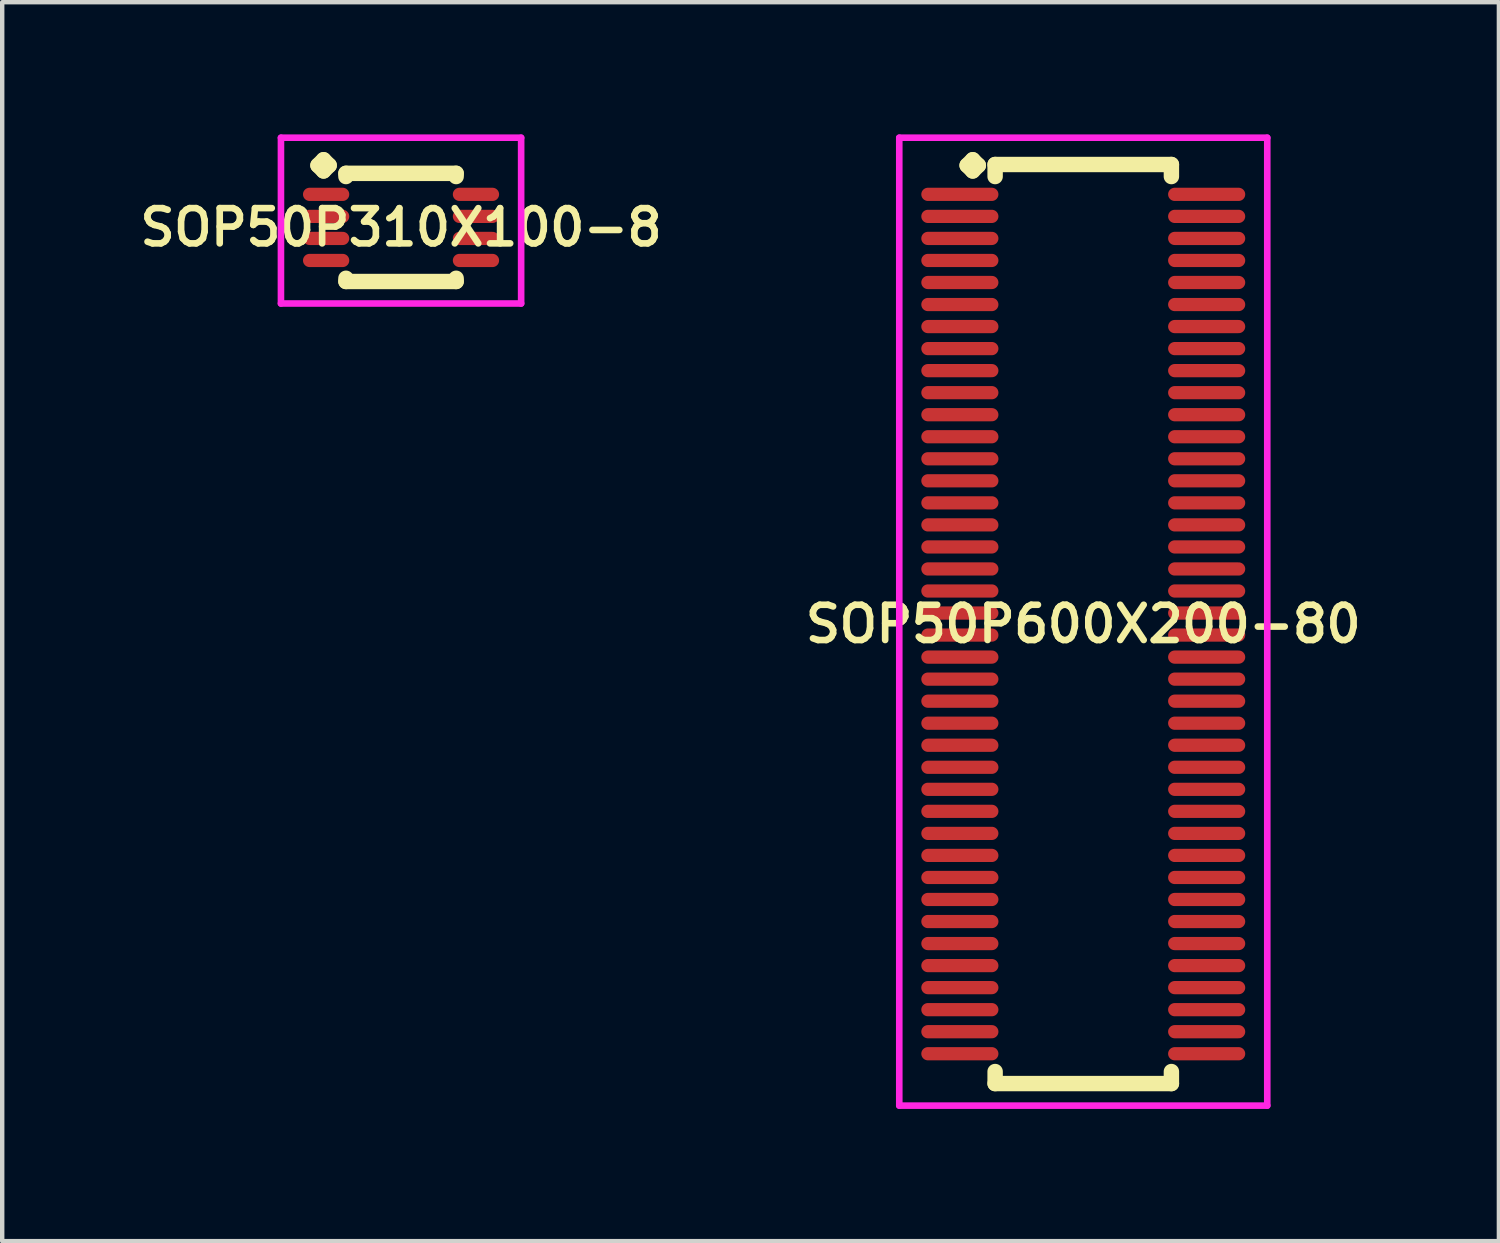
<source format=kicad_pcb>
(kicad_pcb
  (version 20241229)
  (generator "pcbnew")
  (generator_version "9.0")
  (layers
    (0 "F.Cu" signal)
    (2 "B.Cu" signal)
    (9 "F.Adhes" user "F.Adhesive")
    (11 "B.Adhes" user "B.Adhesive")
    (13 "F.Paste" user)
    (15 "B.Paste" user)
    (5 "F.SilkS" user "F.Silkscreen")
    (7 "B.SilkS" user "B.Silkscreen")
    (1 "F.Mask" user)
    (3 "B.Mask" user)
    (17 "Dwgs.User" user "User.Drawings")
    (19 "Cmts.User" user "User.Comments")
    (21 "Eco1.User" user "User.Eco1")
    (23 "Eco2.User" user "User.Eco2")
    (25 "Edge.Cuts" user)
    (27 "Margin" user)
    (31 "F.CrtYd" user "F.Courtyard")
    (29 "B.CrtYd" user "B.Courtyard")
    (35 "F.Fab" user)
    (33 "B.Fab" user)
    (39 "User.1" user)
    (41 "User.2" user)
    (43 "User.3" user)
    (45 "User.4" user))
  (footprint "SOP50P310X100-8"
    (layer "F.Cu")
    (at 6.05 2.11)
    (property "Reference" "SOP50P310X100-8" (at 0 0 0) (layer "F.SilkS") (effects (font (size 0.8 0.8) (thickness 0.15))))
    (attr smd)
    (fp_line (start -1.885 -1.408) (end -1.758 -1.535) (stroke (width 0.35) (type solid)) (layer "F.SilkS"))
    (fp_line (start -1.758 -1.535) (end -1.631 -1.408) (stroke (width 0.35) (type solid)) (layer "F.SilkS"))
    (fp_line (start -1.758 -1.281) (end -1.885 -1.408) (stroke (width 0.35) (type solid)) (layer "F.SilkS"))
    (fp_line (start -1.631 -1.408) (end -1.758 -1.281) (stroke (width 0.35) (type solid)) (layer "F.SilkS"))
    (fp_line (start -1.25 -1.227) (end 1.25 -1.227) (stroke (width 0.35) (type solid)) (layer "F.SilkS"))
    (fp_line (start -1.25 -1.154) (end -1.25 -1.227) (stroke (width 0.35) (type solid)) (layer "F.SilkS"))
    (fp_line (start -1.25 1.154) (end -1.25 1.227) (stroke (width 0.35) (type solid)) (layer "F.SilkS"))
    (fp_line (start -1.25 1.227) (end 1.25 1.227) (stroke (width 0.35) (type solid)) (layer "F.SilkS"))
    (fp_line (start 1.25 -1.227) (end 1.25 -1.154) (stroke (width 0.35) (type solid)) (layer "F.SilkS"))
    (fp_line (start 1.25 1.227) (end 1.25 1.154) (stroke (width 0.35) (type solid)) (layer "F.SilkS"))
    (fp_line (start -2.725 -2.035) (end 2.725 -2.035) (stroke (width 0.15) (type solid)) (layer "F.CrtYd"))
    (fp_line (start -2.725 1.727) (end -2.725 -2.035) (stroke (width 0.15) (type solid)) (layer "F.CrtYd"))
    (fp_line (start 2.725 -2.035) (end 2.725 1.727) (stroke (width 0.15) (type solid)) (layer "F.CrtYd"))
    (fp_line (start 2.725 1.727) (end -2.725 1.727) (stroke (width 0.15) (type solid)) (layer "F.CrtYd"))
    (pad "1" smd oval (at -1.7 -0.75) (size 1.05 0.3) (layers "F.Cu" "F.Mask" "F.Paste"))
    (pad "2" smd oval (at -1.7 -0.25) (size 1.05 0.3) (layers "F.Cu" "F.Mask" "F.Paste"))
    (pad "3" smd oval (at -1.7 0.25) (size 1.05 0.3) (layers "F.Cu" "F.Mask" "F.Paste"))
    (pad "4" smd oval (at -1.7 0.75) (size 1.05 0.3) (layers "F.Cu" "F.Mask" "F.Paste"))
    (pad "5" smd oval (at 1.7 0.75) (size 1.05 0.3) (layers "F.Cu" "F.Mask" "F.Paste"))
    (pad "6" smd oval (at 1.7 0.25) (size 1.05 0.3) (layers "F.Cu" "F.Mask" "F.Paste"))
    (pad "7" smd oval (at 1.7 -0.25) (size 1.05 0.3) (layers "F.Cu" "F.Mask" "F.Paste"))
    (pad "8" smd oval (at 1.7 -0.75) (size 1.05 0.3) (layers "F.Cu" "F.Mask" "F.Paste")))
  (footprint "SOP50P600X200-80"
    (layer "F.Cu")
    (at 21.53 11.11)
    (property "Reference" "SOP50P600X200-80" (at 0 0 0) (layer "F.SilkS") (effects (font (size 0.8 0.8) (thickness 0.15))))
    (attr through_hole)
    (fp_line (start -2.635 -10.408) (end -2.508 -10.535) (stroke (width 0.35) (type solid)) (layer "F.SilkS"))
    (fp_line (start -2.508 -10.535) (end -2.381 -10.408) (stroke (width 0.35) (type solid)) (layer "F.SilkS"))
    (fp_line (start -2.508 -10.281) (end -2.635 -10.408) (stroke (width 0.35) (type solid)) (layer "F.SilkS"))
    (fp_line (start -2.381 -10.408) (end -2.508 -10.281) (stroke (width 0.35) (type solid)) (layer "F.SilkS"))
    (fp_line (start -2 -10.427) (end 2 -10.427) (stroke (width 0.35) (type solid)) (layer "F.SilkS"))
    (fp_line (start -2 -10.154) (end -2 -10.427) (stroke (width 0.35) (type solid)) (layer "F.SilkS"))
    (fp_line (start -2 10.154) (end -2 10.427) (stroke (width 0.35) (type solid)) (layer "F.SilkS"))
    (fp_line (start -2 10.427) (end 2 10.427) (stroke (width 0.35) (type solid)) (layer "F.SilkS"))
    (fp_line (start 2 -10.427) (end 2 -10.154) (stroke (width 0.35) (type solid)) (layer "F.SilkS"))
    (fp_line (start 2 10.427) (end 2 10.154) (stroke (width 0.35) (type solid)) (layer "F.SilkS"))
    (fp_line (start -4.175 -11.035) (end 4.175 -11.035) (stroke (width 0.15) (type solid)) (layer "F.CrtYd"))
    (fp_line (start -4.175 10.927) (end -4.175 -11.035) (stroke (width 0.15) (type solid)) (layer "F.CrtYd"))
    (fp_line (start 4.175 -11.035) (end 4.175 10.927) (stroke (width 0.15) (type solid)) (layer "F.CrtYd"))
    (fp_line (start 4.175 10.927) (end -4.175 10.927) (stroke (width 0.15) (type solid)) (layer "F.CrtYd"))
    (pad "1" smd oval (at -2.8 -9.75) (size 1.75 0.3) (layers "F.Cu" "F.Mask" "F.Paste"))
    (pad "2" smd oval (at -2.8 -9.25) (size 1.75 0.3) (layers "F.Cu" "F.Mask" "F.Paste"))
    (pad "3" smd oval (at -2.8 -8.75) (size 1.75 0.3) (layers "F.Cu" "F.Mask" "F.Paste"))
    (pad "4" smd oval (at -2.8 -8.25) (size 1.75 0.3) (layers "F.Cu" "F.Mask" "F.Paste"))
    (pad "5" smd oval (at -2.8 -7.75) (size 1.75 0.3) (layers "F.Cu" "F.Mask" "F.Paste"))
    (pad "6" smd oval (at -2.8 -7.25) (size 1.75 0.3) (layers "F.Cu" "F.Mask" "F.Paste"))
    (pad "7" smd oval (at -2.8 -6.75) (size 1.75 0.3) (layers "F.Cu" "F.Mask" "F.Paste"))
    (pad "8" smd oval (at -2.8 -6.25) (size 1.75 0.3) (layers "F.Cu" "F.Mask" "F.Paste"))
    (pad "9" smd oval (at -2.8 -5.75) (size 1.75 0.3) (layers "F.Cu" "F.Mask" "F.Paste"))
    (pad "10" smd oval (at -2.8 -5.25) (size 1.75 0.3) (layers "F.Cu" "F.Mask" "F.Paste"))
    (pad "11" smd oval (at -2.8 -4.75) (size 1.75 0.3) (layers "F.Cu" "F.Mask" "F.Paste"))
    (pad "12" smd oval (at -2.8 -4.25) (size 1.75 0.3) (layers "F.Cu" "F.Mask" "F.Paste"))
    (pad "13" smd oval (at -2.8 -3.75) (size 1.75 0.3) (layers "F.Cu" "F.Mask" "F.Paste"))
    (pad "14" smd oval (at -2.8 -3.25) (size 1.75 0.3) (layers "F.Cu" "F.Mask" "F.Paste"))
    (pad "15" smd oval (at -2.8 -2.75) (size 1.75 0.3) (layers "F.Cu" "F.Mask" "F.Paste"))
    (pad "16" smd oval (at -2.8 -2.25) (size 1.75 0.3) (layers "F.Cu" "F.Mask" "F.Paste"))
    (pad "17" smd oval (at -2.8 -1.75) (size 1.75 0.3) (layers "F.Cu" "F.Mask" "F.Paste"))
    (pad "18" smd oval (at -2.8 -1.25) (size 1.75 0.3) (layers "F.Cu" "F.Mask" "F.Paste"))
    (pad "19" smd oval (at -2.8 -0.75) (size 1.75 0.3) (layers "F.Cu" "F.Mask" "F.Paste"))
    (pad "20" smd oval (at -2.8 -0.25) (size 1.75 0.3) (layers "F.Cu" "F.Mask" "F.Paste"))
    (pad "21" smd oval (at -2.8 0.25) (size 1.75 0.3) (layers "F.Cu" "F.Mask" "F.Paste"))
    (pad "22" smd oval (at -2.8 0.75) (size 1.75 0.3) (layers "F.Cu" "F.Mask" "F.Paste"))
    (pad "23" smd oval (at -2.8 1.25) (size 1.75 0.3) (layers "F.Cu" "F.Mask" "F.Paste"))
    (pad "24" smd oval (at -2.8 1.75) (size 1.75 0.3) (layers "F.Cu" "F.Mask" "F.Paste"))
    (pad "25" smd oval (at -2.8 2.25) (size 1.75 0.3) (layers "F.Cu" "F.Mask" "F.Paste"))
    (pad "26" smd oval (at -2.8 2.75) (size 1.75 0.3) (layers "F.Cu" "F.Mask" "F.Paste"))
    (pad "27" smd oval (at -2.8 3.25) (size 1.75 0.3) (layers "F.Cu" "F.Mask" "F.Paste"))
    (pad "28" smd oval (at -2.8 3.75) (size 1.75 0.3) (layers "F.Cu" "F.Mask" "F.Paste"))
    (pad "29" smd oval (at -2.8 4.25) (size 1.75 0.3) (layers "F.Cu" "F.Mask" "F.Paste"))
    (pad "30" smd oval (at -2.8 4.75) (size 1.75 0.3) (layers "F.Cu" "F.Mask" "F.Paste"))
    (pad "31" smd oval (at -2.8 5.25) (size 1.75 0.3) (layers "F.Cu" "F.Mask" "F.Paste"))
    (pad "32" smd oval (at -2.8 5.75) (size 1.75 0.3) (layers "F.Cu" "F.Mask" "F.Paste"))
    (pad "33" smd oval (at -2.8 6.25) (size 1.75 0.3) (layers "F.Cu" "F.Mask" "F.Paste"))
    (pad "34" smd oval (at -2.8 6.75) (size 1.75 0.3) (layers "F.Cu" "F.Mask" "F.Paste"))
    (pad "35" smd oval (at -2.8 7.25) (size 1.75 0.3) (layers "F.Cu" "F.Mask" "F.Paste"))
    (pad "36" smd oval (at -2.8 7.75) (size 1.75 0.3) (layers "F.Cu" "F.Mask" "F.Paste"))
    (pad "37" smd oval (at -2.8 8.25) (size 1.75 0.3) (layers "F.Cu" "F.Mask" "F.Paste"))
    (pad "38" smd oval (at -2.8 8.75) (size 1.75 0.3) (layers "F.Cu" "F.Mask" "F.Paste"))
    (pad "39" smd oval (at -2.8 9.25) (size 1.75 0.3) (layers "F.Cu" "F.Mask" "F.Paste"))
    (pad "40" smd oval (at -2.8 9.75) (size 1.75 0.3) (layers "F.Cu" "F.Mask" "F.Paste"))
    (pad "41" smd oval (at 2.8 9.75) (size 1.75 0.3) (layers "F.Cu" "F.Mask" "F.Paste"))
    (pad "42" smd oval (at 2.8 9.25) (size 1.75 0.3) (layers "F.Cu" "F.Mask" "F.Paste"))
    (pad "43" smd oval (at 2.8 8.75) (size 1.75 0.3) (layers "F.Cu" "F.Mask" "F.Paste"))
    (pad "44" smd oval (at 2.8 8.25) (size 1.75 0.3) (layers "F.Cu" "F.Mask" "F.Paste"))
    (pad "45" smd oval (at 2.8 7.75) (size 1.75 0.3) (layers "F.Cu" "F.Mask" "F.Paste"))
    (pad "46" smd oval (at 2.8 7.25) (size 1.75 0.3) (layers "F.Cu" "F.Mask" "F.Paste"))
    (pad "47" smd oval (at 2.8 6.75) (size 1.75 0.3) (layers "F.Cu" "F.Mask" "F.Paste"))
    (pad "48" smd oval (at 2.8 6.25) (size 1.75 0.3) (layers "F.Cu" "F.Mask" "F.Paste"))
    (pad "49" smd oval (at 2.8 5.75) (size 1.75 0.3) (layers "F.Cu" "F.Mask" "F.Paste"))
    (pad "50" smd oval (at 2.8 5.25) (size 1.75 0.3) (layers "F.Cu" "F.Mask" "F.Paste"))
    (pad "51" smd oval (at 2.8 4.75) (size 1.75 0.3) (layers "F.Cu" "F.Mask" "F.Paste"))
    (pad "52" smd oval (at 2.8 4.25) (size 1.75 0.3) (layers "F.Cu" "F.Mask" "F.Paste"))
    (pad "53" smd oval (at 2.8 3.75) (size 1.75 0.3) (layers "F.Cu" "F.Mask" "F.Paste"))
    (pad "54" smd oval (at 2.8 3.25) (size 1.75 0.3) (layers "F.Cu" "F.Mask" "F.Paste"))
    (pad "55" smd oval (at 2.8 2.75) (size 1.75 0.3) (layers "F.Cu" "F.Mask" "F.Paste"))
    (pad "56" smd oval (at 2.8 2.25) (size 1.75 0.3) (layers "F.Cu" "F.Mask" "F.Paste"))
    (pad "57" smd oval (at 2.8 1.75) (size 1.75 0.3) (layers "F.Cu" "F.Mask" "F.Paste"))
    (pad "58" smd oval (at 2.8 1.25) (size 1.75 0.3) (layers "F.Cu" "F.Mask" "F.Paste"))
    (pad "59" smd oval (at 2.8 0.75) (size 1.75 0.3) (layers "F.Cu" "F.Mask" "F.Paste"))
    (pad "60" smd oval (at 2.8 0.25) (size 1.75 0.3) (layers "F.Cu" "F.Mask" "F.Paste"))
    (pad "61" smd oval (at 2.8 -0.25) (size 1.75 0.3) (layers "F.Cu" "F.Mask" "F.Paste"))
    (pad "62" smd oval (at 2.8 -0.75) (size 1.75 0.3) (layers "F.Cu" "F.Mask" "F.Paste"))
    (pad "63" smd oval (at 2.8 -1.25) (size 1.75 0.3) (layers "F.Cu" "F.Mask" "F.Paste"))
    (pad "64" smd oval (at 2.8 -1.75) (size 1.75 0.3) (layers "F.Cu" "F.Mask" "F.Paste"))
    (pad "65" smd oval (at 2.8 -2.25) (size 1.75 0.3) (layers "F.Cu" "F.Mask" "F.Paste"))
    (pad "66" smd oval (at 2.8 -2.75) (size 1.75 0.3) (layers "F.Cu" "F.Mask" "F.Paste"))
    (pad "67" smd oval (at 2.8 -3.25) (size 1.75 0.3) (layers "F.Cu" "F.Mask" "F.Paste"))
    (pad "68" smd oval (at 2.8 -3.75) (size 1.75 0.3) (layers "F.Cu" "F.Mask" "F.Paste"))
    (pad "69" smd oval (at 2.8 -4.25) (size 1.75 0.3) (layers "F.Cu" "F.Mask" "F.Paste"))
    (pad "70" smd oval (at 2.8 -4.75) (size 1.75 0.3) (layers "F.Cu" "F.Mask" "F.Paste"))
    (pad "71" smd oval (at 2.8 -5.25) (size 1.75 0.3) (layers "F.Cu" "F.Mask" "F.Paste"))
    (pad "72" smd oval (at 2.8 -5.75) (size 1.75 0.3) (layers "F.Cu" "F.Mask" "F.Paste"))
    (pad "73" smd oval (at 2.8 -6.25) (size 1.75 0.3) (layers "F.Cu" "F.Mask" "F.Paste"))
    (pad "74" smd oval (at 2.8 -6.75) (size 1.75 0.3) (layers "F.Cu" "F.Mask" "F.Paste"))
    (pad "75" smd oval (at 2.8 -7.25) (size 1.75 0.3) (layers "F.Cu" "F.Mask" "F.Paste"))
    (pad "76" smd oval (at 2.8 -7.75) (size 1.75 0.3) (layers "F.Cu" "F.Mask" "F.Paste"))
    (pad "77" smd oval (at 2.8 -8.25) (size 1.75 0.3) (layers "F.Cu" "F.Mask" "F.Paste"))
    (pad "78" smd oval (at 2.8 -8.75) (size 1.75 0.3) (layers "F.Cu" "F.Mask" "F.Paste"))
    (pad "79" smd oval (at 2.8 -9.25) (size 1.75 0.3) (layers "F.Cu" "F.Mask" "F.Paste"))
    (pad "80" smd oval (at 2.8 -9.75) (size 1.75 0.3) (layers "F.Cu" "F.Mask" "F.Paste")))
  (gr_rect
    (start -3 -3)
    (end 30.961 25.112)
    (stroke (width 0.1) (type default))
    (fill no)
    (layer "Edge.Cuts")))
</source>
